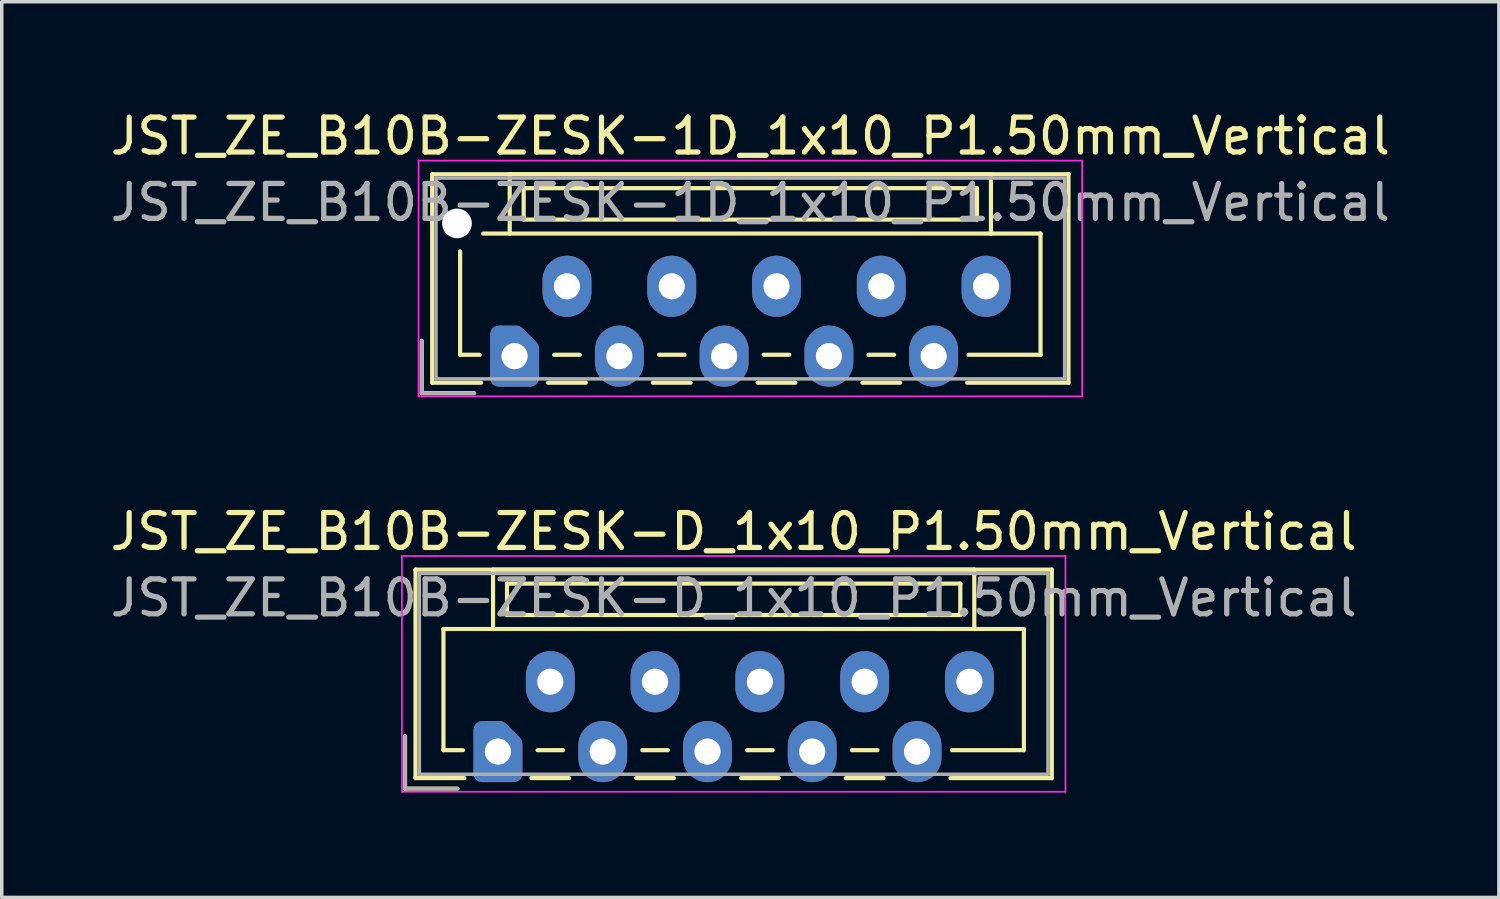
<source format=kicad_pcb>
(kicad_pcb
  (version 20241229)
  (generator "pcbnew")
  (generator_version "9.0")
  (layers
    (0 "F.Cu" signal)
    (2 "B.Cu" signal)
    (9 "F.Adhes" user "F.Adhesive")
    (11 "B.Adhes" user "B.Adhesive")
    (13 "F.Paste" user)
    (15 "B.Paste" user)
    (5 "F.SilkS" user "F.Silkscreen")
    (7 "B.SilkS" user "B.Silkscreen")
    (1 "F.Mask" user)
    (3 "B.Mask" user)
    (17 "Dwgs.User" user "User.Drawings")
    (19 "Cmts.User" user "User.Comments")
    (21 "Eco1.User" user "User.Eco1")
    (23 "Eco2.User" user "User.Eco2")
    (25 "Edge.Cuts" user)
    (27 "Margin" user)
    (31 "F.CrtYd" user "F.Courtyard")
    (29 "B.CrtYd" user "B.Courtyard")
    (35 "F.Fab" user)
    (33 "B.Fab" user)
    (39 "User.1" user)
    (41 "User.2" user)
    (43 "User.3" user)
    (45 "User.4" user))
  (footprint "JST_ZE_B10B-ZESK-1D_1x10_P1.50mm_Vertical"
    (layer "F.Cu")
    (at 11.685 7.148)
    (property "Reference" "JST_ZE_B10B-ZESK-1D_1x10_P1.50mm_Vertical" (at 6.75 -6.3 0) (layer "F.SilkS") (effects (font (size 1 1) (thickness 0.15))))
    (attr through_hole)
    (fp_line (start -2.66 -0.44) (end -2.66 1.06) (stroke (width 0.12) (type solid)) (layer "F.SilkS"))
    (fp_line (start -2.66 1.06) (end -1.16 1.06) (stroke (width 0.12) (type solid)) (layer "F.SilkS"))
    (fp_line (start -2.36 -5.21) (end 15.86 -5.21) (stroke (width 0.12) (type solid)) (layer "F.SilkS"))
    (fp_line (start -2.36 0.76) (end -2.36 -5.21) (stroke (width 0.12) (type solid)) (layer "F.SilkS"))
    (fp_line (start -1.56 -3) (end -1.56 -0.04) (stroke (width 0.12) (type solid)) (layer "F.SilkS"))
    (fp_line (start -1.56 -0.04) (end -1 -0.04) (stroke (width 0.12) (type solid)) (layer "F.SilkS"))
    (fp_line (start -0.96 0.76) (end -2.36 0.76) (stroke (width 0.12) (type solid)) (layer "F.SilkS"))
    (fp_line (start -0.14 -5.21) (end -0.14 -3.51) (stroke (width 0.12) (type solid)) (layer "F.SilkS"))
    (fp_line (start -0.14 -3.51) (end -0.9 -3.51) (stroke (width 0.12) (type solid)) (layer "F.SilkS"))
    (fp_line (start -0.14 -3.51) (end 13.64 -3.51) (stroke (width 0.12) (type solid)) (layer "F.SilkS"))
    (fp_line (start 0.26 -4.81) (end 0.26 -3.91) (stroke (width 0.12) (type solid)) (layer "F.SilkS"))
    (fp_line (start 0.26 -3.91) (end 13.24 -3.91) (stroke (width 0.12) (type solid)) (layer "F.SilkS"))
    (fp_line (start 0.96 0.76) (end 2.04 0.76) (stroke (width 0.12) (type solid)) (layer "F.SilkS"))
    (fp_line (start 1.135 -0.04) (end 1.865 -0.04) (stroke (width 0.12) (type solid)) (layer "F.SilkS"))
    (fp_line (start 3.96 0.76) (end 5.04 0.76) (stroke (width 0.12) (type solid)) (layer "F.SilkS"))
    (fp_line (start 4.135 -0.04) (end 4.865 -0.04) (stroke (width 0.12) (type solid)) (layer "F.SilkS"))
    (fp_line (start 6.96 0.76) (end 8.04 0.76) (stroke (width 0.12) (type solid)) (layer "F.SilkS"))
    (fp_line (start 7.135 -0.04) (end 7.865 -0.04) (stroke (width 0.12) (type solid)) (layer "F.SilkS"))
    (fp_line (start 9.96 0.76) (end 11.04 0.76) (stroke (width 0.12) (type solid)) (layer "F.SilkS"))
    (fp_line (start 10.135 -0.04) (end 10.865 -0.04) (stroke (width 0.12) (type solid)) (layer "F.SilkS"))
    (fp_line (start 13.24 -4.81) (end 0.26 -4.81) (stroke (width 0.12) (type solid)) (layer "F.SilkS"))
    (fp_line (start 13.24 -3.91) (end 13.24 -4.81) (stroke (width 0.12) (type solid)) (layer "F.SilkS"))
    (fp_line (start 13.64 -5.21) (end -0.14 -5.21) (stroke (width 0.12) (type solid)) (layer "F.SilkS"))
    (fp_line (start 13.64 -3.51) (end 13.64 -5.21) (stroke (width 0.12) (type solid)) (layer "F.SilkS"))
    (fp_line (start 13.64 -3.51) (end 15.06 -3.51) (stroke (width 0.12) (type solid)) (layer "F.SilkS"))
    (fp_line (start 15.06 -3.51) (end 15.06 -0.04) (stroke (width 0.12) (type solid)) (layer "F.SilkS"))
    (fp_line (start 15.06 -0.04) (end 13 -0.04) (stroke (width 0.12) (type solid)) (layer "F.SilkS"))
    (fp_line (start 15.86 -5.21) (end 15.86 0.76) (stroke (width 0.12) (type solid)) (layer "F.SilkS"))
    (fp_line (start 15.86 0.76) (end 12.96 0.76) (stroke (width 0.12) (type solid)) (layer "F.SilkS"))
    (fp_line (start -2.75 -5.6) (end -2.75 1.15) (stroke (width 0.05) (type solid)) (layer "F.CrtYd"))
    (fp_line (start -2.75 1.15) (end 16.25 1.15) (stroke (width 0.05) (type solid)) (layer "F.CrtYd"))
    (fp_line (start 16.25 -5.6) (end -2.75 -5.6) (stroke (width 0.05) (type solid)) (layer "F.CrtYd"))
    (fp_line (start 16.25 1.15) (end 16.25 -5.6) (stroke (width 0.05) (type solid)) (layer "F.CrtYd"))
    (fp_line (start -2.66 -0.44) (end -2.66 1.06) (stroke (width 0.1) (type solid)) (layer "F.Fab"))
    (fp_line (start -2.66 1.06) (end -1.16 1.06) (stroke (width 0.1) (type solid)) (layer "F.Fab"))
    (fp_line (start -2.25 -5.1) (end -2.25 0.65) (stroke (width 0.1) (type solid)) (layer "F.Fab"))
    (fp_line (start -2.25 0.65) (end 15.75 0.65) (stroke (width 0.1) (type solid)) (layer "F.Fab"))
    (fp_line (start 15.75 -5.1) (end -2.25 -5.1) (stroke (width 0.1) (type solid)) (layer "F.Fab"))
    (fp_line (start 15.75 0.65) (end 15.75 -5.1) (stroke (width 0.1) (type solid)) (layer "F.Fab"))
    (fp_text user "${REFERENCE}" (at 6.75 -4.4 0) (layer "F.Fab") (effects (font (size 1 1) (thickness 0.15))))
    (pad "" np_thru_hole circle (at -1.65 -3.8) (size 0.85 0.85) (drill 0.85) (layers "*.Cu" "*.Mask"))
    (pad "1" thru_hole custom (at 0 0) (size 1.117 1.117) (drill 0.75) (layers "*.Cu" "*.Mask") (options (anchor circle)) (primitives (gr_poly (pts (xy -0.45 -0.625) (xy 0.05 -0.625) (xy 0.45 -0.225) (xy 0.45 0.625) (xy -0.45 0.625)) (width 0.5) (fill yes))))
    (pad "2" thru_hole oval (at 1.5 -2) (size 1.4 1.75) (drill 0.75) (layers "*.Cu" "*.Mask"))
    (pad "3" thru_hole oval (at 3 0) (size 1.4 1.75) (drill 0.75) (layers "*.Cu" "*.Mask"))
    (pad "4" thru_hole oval (at 4.5 -2) (size 1.4 1.75) (drill 0.75) (layers "*.Cu" "*.Mask"))
    (pad "5" thru_hole oval (at 6 0) (size 1.4 1.75) (drill 0.75) (layers "*.Cu" "*.Mask"))
    (pad "6" thru_hole oval (at 7.5 -2) (size 1.4 1.75) (drill 0.75) (layers "*.Cu" "*.Mask"))
    (pad "7" thru_hole oval (at 9 0) (size 1.4 1.75) (drill 0.75) (layers "*.Cu" "*.Mask"))
    (pad "8" thru_hole oval (at 10.5 -2) (size 1.4 1.75) (drill 0.75) (layers "*.Cu" "*.Mask"))
    (pad "9" thru_hole oval (at 12 0) (size 1.4 1.75) (drill 0.75) (layers "*.Cu" "*.Mask"))
    (pad "10" thru_hole oval (at 13.5 -2) (size 1.4 1.75) (drill 0.75) (layers "*.Cu" "*.Mask")))
  (footprint "JST_ZE_B10B-ZESK-D_1x10_P1.50mm_Vertical"
    (layer "F.Cu")
    (at 11.208 18.471)
    (property "Reference" "JST_ZE_B10B-ZESK-D_1x10_P1.50mm_Vertical" (at 6.75 -6.3 0) (layer "F.SilkS") (effects (font (size 1 1) (thickness 0.15))))
    (attr through_hole)
    (fp_line (start -2.66 -0.44) (end -2.66 1.06) (stroke (width 0.12) (type solid)) (layer "F.SilkS"))
    (fp_line (start -2.66 1.06) (end -1.16 1.06) (stroke (width 0.12) (type solid)) (layer "F.SilkS"))
    (fp_line (start -2.36 -5.21) (end 15.86 -5.21) (stroke (width 0.12) (type solid)) (layer "F.SilkS"))
    (fp_line (start -2.36 0.76) (end -2.36 -5.21) (stroke (width 0.12) (type solid)) (layer "F.SilkS"))
    (fp_line (start -1.56 -3.51) (end -1.56 -0.04) (stroke (width 0.12) (type solid)) (layer "F.SilkS"))
    (fp_line (start -1.56 -0.04) (end -1 -0.04) (stroke (width 0.12) (type solid)) (layer "F.SilkS"))
    (fp_line (start -0.96 0.76) (end -2.36 0.76) (stroke (width 0.12) (type solid)) (layer "F.SilkS"))
    (fp_line (start -0.14 -5.21) (end -0.14 -3.51) (stroke (width 0.12) (type solid)) (layer "F.SilkS"))
    (fp_line (start -0.14 -3.51) (end -1.56 -3.51) (stroke (width 0.12) (type solid)) (layer "F.SilkS"))
    (fp_line (start -0.14 -3.51) (end 13.64 -3.51) (stroke (width 0.12) (type solid)) (layer "F.SilkS"))
    (fp_line (start 0.26 -4.81) (end 0.26 -3.91) (stroke (width 0.12) (type solid)) (layer "F.SilkS"))
    (fp_line (start 0.26 -3.91) (end 13.24 -3.91) (stroke (width 0.12) (type solid)) (layer "F.SilkS"))
    (fp_line (start 0.96 0.76) (end 2.04 0.76) (stroke (width 0.12) (type solid)) (layer "F.SilkS"))
    (fp_line (start 1.135 -0.04) (end 1.865 -0.04) (stroke (width 0.12) (type solid)) (layer "F.SilkS"))
    (fp_line (start 3.96 0.76) (end 5.04 0.76) (stroke (width 0.12) (type solid)) (layer "F.SilkS"))
    (fp_line (start 4.135 -0.04) (end 4.865 -0.04) (stroke (width 0.12) (type solid)) (layer "F.SilkS"))
    (fp_line (start 6.96 0.76) (end 8.04 0.76) (stroke (width 0.12) (type solid)) (layer "F.SilkS"))
    (fp_line (start 7.135 -0.04) (end 7.865 -0.04) (stroke (width 0.12) (type solid)) (layer "F.SilkS"))
    (fp_line (start 9.96 0.76) (end 11.04 0.76) (stroke (width 0.12) (type solid)) (layer "F.SilkS"))
    (fp_line (start 10.135 -0.04) (end 10.865 -0.04) (stroke (width 0.12) (type solid)) (layer "F.SilkS"))
    (fp_line (start 13.24 -4.81) (end 0.26 -4.81) (stroke (width 0.12) (type solid)) (layer "F.SilkS"))
    (fp_line (start 13.24 -3.91) (end 13.24 -4.81) (stroke (width 0.12) (type solid)) (layer "F.SilkS"))
    (fp_line (start 13.64 -5.21) (end -0.14 -5.21) (stroke (width 0.12) (type solid)) (layer "F.SilkS"))
    (fp_line (start 13.64 -3.51) (end 13.64 -5.21) (stroke (width 0.12) (type solid)) (layer "F.SilkS"))
    (fp_line (start 13.64 -3.51) (end 15.06 -3.51) (stroke (width 0.12) (type solid)) (layer "F.SilkS"))
    (fp_line (start 15.06 -3.51) (end 15.06 -0.04) (stroke (width 0.12) (type solid)) (layer "F.SilkS"))
    (fp_line (start 15.06 -0.04) (end 13 -0.04) (stroke (width 0.12) (type solid)) (layer "F.SilkS"))
    (fp_line (start 15.86 -5.21) (end 15.86 0.76) (stroke (width 0.12) (type solid)) (layer "F.SilkS"))
    (fp_line (start 15.86 0.76) (end 12.96 0.76) (stroke (width 0.12) (type solid)) (layer "F.SilkS"))
    (fp_line (start -2.75 -5.6) (end -2.75 1.15) (stroke (width 0.05) (type solid)) (layer "F.CrtYd"))
    (fp_line (start -2.75 1.15) (end 16.25 1.15) (stroke (width 0.05) (type solid)) (layer "F.CrtYd"))
    (fp_line (start 16.25 -5.6) (end -2.75 -5.6) (stroke (width 0.05) (type solid)) (layer "F.CrtYd"))
    (fp_line (start 16.25 1.15) (end 16.25 -5.6) (stroke (width 0.05) (type solid)) (layer "F.CrtYd"))
    (fp_line (start -2.66 -0.44) (end -2.66 1.06) (stroke (width 0.1) (type solid)) (layer "F.Fab"))
    (fp_line (start -2.66 1.06) (end -1.16 1.06) (stroke (width 0.1) (type solid)) (layer "F.Fab"))
    (fp_line (start -2.25 -5.1) (end -2.25 0.65) (stroke (width 0.1) (type solid)) (layer "F.Fab"))
    (fp_line (start -2.25 0.65) (end 15.75 0.65) (stroke (width 0.1) (type solid)) (layer "F.Fab"))
    (fp_line (start 15.75 -5.1) (end -2.25 -5.1) (stroke (width 0.1) (type solid)) (layer "F.Fab"))
    (fp_line (start 15.75 0.65) (end 15.75 -5.1) (stroke (width 0.1) (type solid)) (layer "F.Fab"))
    (fp_text user "${REFERENCE}" (at 6.75 -4.4 0) (layer "F.Fab") (effects (font (size 1 1) (thickness 0.15))))
    (pad "1" thru_hole custom (at 0 0) (size 1.117 1.117) (drill 0.75) (layers "*.Cu" "*.Mask") (options (anchor circle)) (primitives (gr_poly (pts (xy -0.45 -0.625) (xy 0.05 -0.625) (xy 0.45 -0.225) (xy 0.45 0.625) (xy -0.45 0.625)) (width 0.5) (fill yes))))
    (pad "2" thru_hole oval (at 1.5 -2) (size 1.4 1.75) (drill 0.75) (layers "*.Cu" "*.Mask"))
    (pad "3" thru_hole oval (at 3 0) (size 1.4 1.75) (drill 0.75) (layers "*.Cu" "*.Mask"))
    (pad "4" thru_hole oval (at 4.5 -2) (size 1.4 1.75) (drill 0.75) (layers "*.Cu" "*.Mask"))
    (pad "5" thru_hole oval (at 6 0) (size 1.4 1.75) (drill 0.75) (layers "*.Cu" "*.Mask"))
    (pad "6" thru_hole oval (at 7.5 -2) (size 1.4 1.75) (drill 0.75) (layers "*.Cu" "*.Mask"))
    (pad "7" thru_hole oval (at 9 0) (size 1.4 1.75) (drill 0.75) (layers "*.Cu" "*.Mask"))
    (pad "8" thru_hole oval (at 10.5 -2) (size 1.4 1.75) (drill 0.75) (layers "*.Cu" "*.Mask"))
    (pad "9" thru_hole oval (at 12 0) (size 1.4 1.75) (drill 0.75) (layers "*.Cu" "*.Mask"))
    (pad "10" thru_hole oval (at 13.5 -2) (size 1.4 1.75) (drill 0.75) (layers "*.Cu" "*.Mask")))
  (gr_rect
    (start -3 -3)
    (end 39.869 22.646)
    (stroke (width 0.1) (type default))
    (fill no)
    (layer "Edge.Cuts")))
</source>
